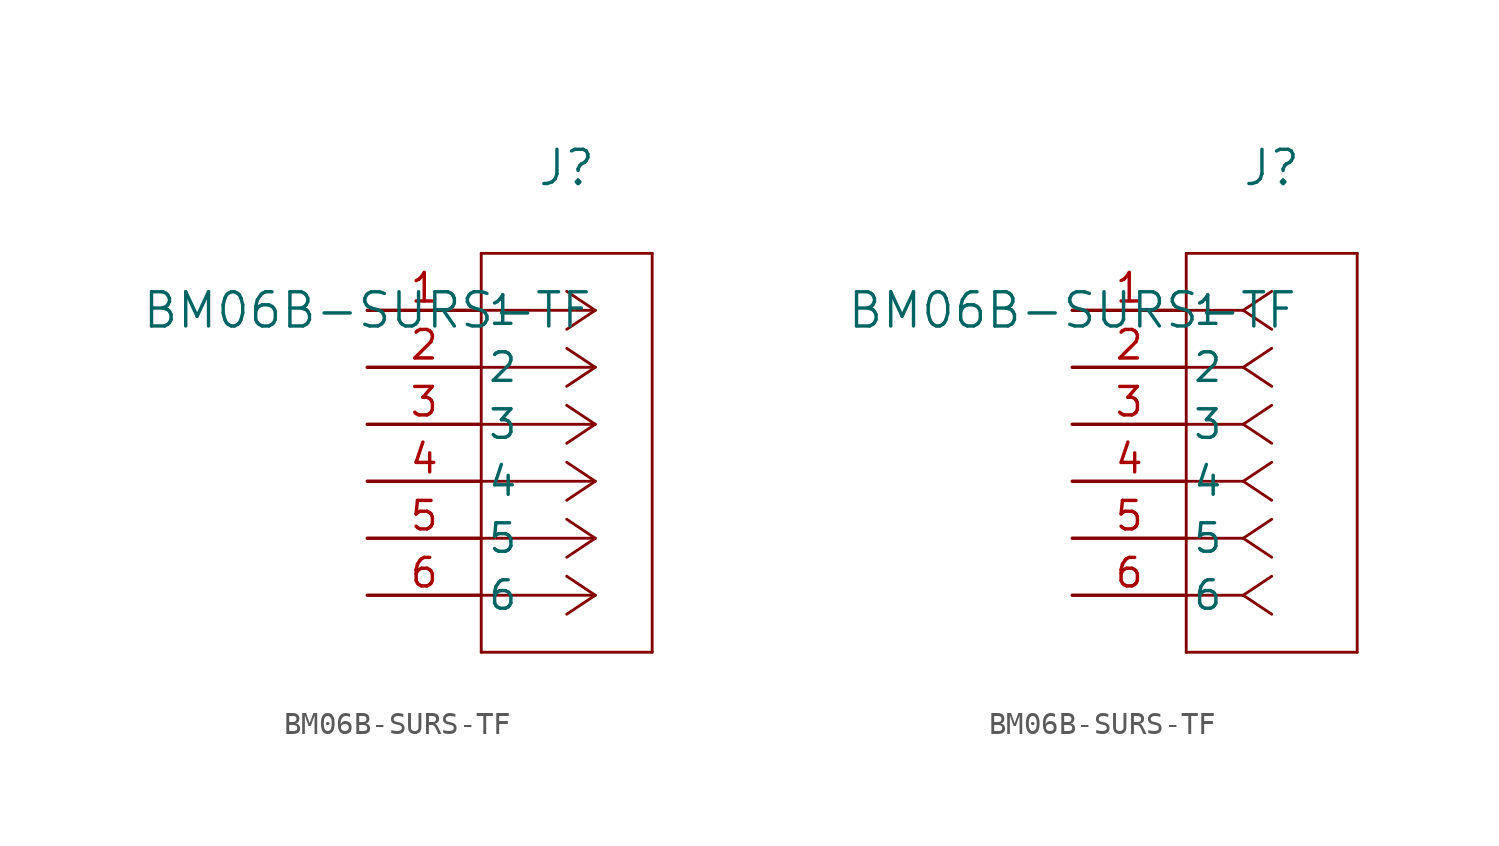
<source format=kicad_sym>
(kicad_symbol_lib
  (version 20211014)
  (generator kicad_symbol_editor)
  (symbol "BM06B-SURS-TF"
    (pin_names
      (offset 0.254))
    (property "Reference" "J"
      (at 8.89 6.35 0)
      (effects (font (size 1.524 1.524))))
    (property "Value" "BM06B-SURS-TF"
      (at 0 0 0)
      (effects (font (size 1.524 1.524))))
    (symbol "BM06B-SURS-TF_1_1"
      (polyline (pts (xy 10.16 0) (xy 5.08 0)) (stroke (width 0.127) (type default) (color 0 0 0 0)) (fill (type none)))
      (polyline (pts (xy 10.16 -2.54) (xy 5.08 -2.54)) (stroke (width 0.127) (type default) (color 0 0 0 0)) (fill (type none)))
      (polyline (pts (xy 10.16 -5.08) (xy 5.08 -5.08)) (stroke (width 0.127) (type default) (color 0 0 0 0)) (fill (type none)))
      (polyline (pts (xy 10.16 -7.62) (xy 5.08 -7.62)) (stroke (width 0.127) (type default) (color 0 0 0 0)) (fill (type none)))
      (polyline (pts (xy 10.16 -10.16) (xy 5.08 -10.16)) (stroke (width 0.127) (type default) (color 0 0 0 0)) (fill (type none)))
      (polyline (pts (xy 10.16 -12.7) (xy 5.08 -12.7)) (stroke (width 0.127) (type default) (color 0 0 0 0)) (fill (type none)))
      (polyline (pts (xy 10.16 0) (xy 8.89 0.847)) (stroke (width 0.127) (type default) (color 0 0 0 0)) (fill (type none)))
      (polyline (pts (xy 10.16 -2.54) (xy 8.89 -1.693)) (stroke (width 0.127) (type default) (color 0 0 0 0)) (fill (type none)))
      (polyline (pts (xy 10.16 -5.08) (xy 8.89 -4.233)) (stroke (width 0.127) (type default) (color 0 0 0 0)) (fill (type none)))
      (polyline (pts (xy 10.16 -7.62) (xy 8.89 -6.773)) (stroke (width 0.127) (type default) (color 0 0 0 0)) (fill (type none)))
      (polyline (pts (xy 10.16 -10.16) (xy 8.89 -9.313)) (stroke (width 0.127) (type default) (color 0 0 0 0)) (fill (type none)))
      (polyline (pts (xy 10.16 -12.7) (xy 8.89 -11.853)) (stroke (width 0.127) (type default) (color 0 0 0 0)) (fill (type none)))
      (polyline (pts (xy 10.16 0) (xy 8.89 -0.847)) (stroke (width 0.127) (type default) (color 0 0 0 0)) (fill (type none)))
      (polyline (pts (xy 10.16 -2.54) (xy 8.89 -3.387)) (stroke (width 0.127) (type default) (color 0 0 0 0)) (fill (type none)))
      (polyline (pts (xy 10.16 -5.08) (xy 8.89 -5.927)) (stroke (width 0.127) (type default) (color 0 0 0 0)) (fill (type none)))
      (polyline (pts (xy 10.16 -7.62) (xy 8.89 -8.467)) (stroke (width 0.127) (type default) (color 0 0 0 0)) (fill (type none)))
      (polyline (pts (xy 10.16 -10.16) (xy 8.89 -11.007)) (stroke (width 0.127) (type default) (color 0 0 0 0)) (fill (type none)))
      (polyline (pts (xy 10.16 -12.7) (xy 8.89 -13.547)) (stroke (width 0.127) (type default) (color 0 0 0 0)) (fill (type none)))
      (polyline (pts (xy 5.08 2.54) (xy 5.08 -15.24)) (stroke (width 0.127) (type default) (color 0 0 0 0)) (fill (type none)))
      (polyline (pts (xy 5.08 -15.24) (xy 12.7 -15.24)) (stroke (width 0.127) (type default) (color 0 0 0 0)) (fill (type none)))
      (polyline (pts (xy 12.7 -15.24) (xy 12.7 2.54)) (stroke (width 0.127) (type default) (color 0 0 0 0)) (fill (type none)))
      (polyline (pts (xy 12.7 2.54) (xy 5.08 2.54)) (stroke (width 0.127) (type default) (color 0 0 0 0)) (fill (type none)))
      (pin unspecified line (at 0 0 0) (length 5.08) (name "1" (effects (font (size 1.27 1.27)))) (number "1" (effects (font (size 1.27 1.27)))))
      (pin unspecified line (at 0 -2.54 0) (length 5.08) (name "2" (effects (font (size 1.27 1.27)))) (number "2" (effects (font (size 1.27 1.27)))))
      (pin unspecified line (at 0 -5.08 0) (length 5.08) (name "3" (effects (font (size 1.27 1.27)))) (number "3" (effects (font (size 1.27 1.27)))))
      (pin unspecified line (at 0 -7.62 0) (length 5.08) (name "4" (effects (font (size 1.27 1.27)))) (number "4" (effects (font (size 1.27 1.27)))))
      (pin unspecified line (at 0 -10.16 0) (length 5.08) (name "5" (effects (font (size 1.27 1.27)))) (number "5" (effects (font (size 1.27 1.27)))))
      (pin unspecified line (at 0 -12.7 0) (length 5.08) (name "6" (effects (font (size 1.27 1.27)))) (number "6" (effects (font (size 1.27 1.27))))))
    (symbol "BM06B-SURS-TF_1_2"
      (polyline (pts (xy 7.62 0) (xy 5.08 0)) (stroke (width 0.127) (type default) (color 0 0 0 0)) (fill (type none)))
      (polyline (pts (xy 7.62 -2.54) (xy 5.08 -2.54)) (stroke (width 0.127) (type default) (color 0 0 0 0)) (fill (type none)))
      (polyline (pts (xy 7.62 -5.08) (xy 5.08 -5.08)) (stroke (width 0.127) (type default) (color 0 0 0 0)) (fill (type none)))
      (polyline (pts (xy 7.62 -7.62) (xy 5.08 -7.62)) (stroke (width 0.127) (type default) (color 0 0 0 0)) (fill (type none)))
      (polyline (pts (xy 7.62 -10.16) (xy 5.08 -10.16)) (stroke (width 0.127) (type default) (color 0 0 0 0)) (fill (type none)))
      (polyline (pts (xy 7.62 -12.7) (xy 5.08 -12.7)) (stroke (width 0.127) (type default) (color 0 0 0 0)) (fill (type none)))
      (polyline (pts (xy 7.62 0) (xy 8.89 0.847)) (stroke (width 0.127) (type default) (color 0 0 0 0)) (fill (type none)))
      (polyline (pts (xy 7.62 -2.54) (xy 8.89 -1.693)) (stroke (width 0.127) (type default) (color 0 0 0 0)) (fill (type none)))
      (polyline (pts (xy 7.62 -5.08) (xy 8.89 -4.233)) (stroke (width 0.127) (type default) (color 0 0 0 0)) (fill (type none)))
      (polyline (pts (xy 7.62 -7.62) (xy 8.89 -6.773)) (stroke (width 0.127) (type default) (color 0 0 0 0)) (fill (type none)))
      (polyline (pts (xy 7.62 -10.16) (xy 8.89 -9.313)) (stroke (width 0.127) (type default) (color 0 0 0 0)) (fill (type none)))
      (polyline (pts (xy 7.62 -12.7) (xy 8.89 -11.853)) (stroke (width 0.127) (type default) (color 0 0 0 0)) (fill (type none)))
      (polyline (pts (xy 7.62 0) (xy 8.89 -0.847)) (stroke (width 0.127) (type default) (color 0 0 0 0)) (fill (type none)))
      (polyline (pts (xy 7.62 -2.54) (xy 8.89 -3.387)) (stroke (width 0.127) (type default) (color 0 0 0 0)) (fill (type none)))
      (polyline (pts (xy 7.62 -5.08) (xy 8.89 -5.927)) (stroke (width 0.127) (type default) (color 0 0 0 0)) (fill (type none)))
      (polyline (pts (xy 7.62 -7.62) (xy 8.89 -8.467)) (stroke (width 0.127) (type default) (color 0 0 0 0)) (fill (type none)))
      (polyline (pts (xy 7.62 -10.16) (xy 8.89 -11.007)) (stroke (width 0.127) (type default) (color 0 0 0 0)) (fill (type none)))
      (polyline (pts (xy 7.62 -12.7) (xy 8.89 -13.547)) (stroke (width 0.127) (type default) (color 0 0 0 0)) (fill (type none)))
      (polyline (pts (xy 5.08 2.54) (xy 5.08 -15.24)) (stroke (width 0.127) (type default) (color 0 0 0 0)) (fill (type none)))
      (polyline (pts (xy 5.08 -15.24) (xy 12.7 -15.24)) (stroke (width 0.127) (type default) (color 0 0 0 0)) (fill (type none)))
      (polyline (pts (xy 12.7 -15.24) (xy 12.7 2.54)) (stroke (width 0.127) (type default) (color 0 0 0 0)) (fill (type none)))
      (polyline (pts (xy 12.7 2.54) (xy 5.08 2.54)) (stroke (width 0.127) (type default) (color 0 0 0 0)) (fill (type none)))
      (pin unspecified line (at 0 0 0) (length 5.08) (name "1" (effects (font (size 1.27 1.27)))) (number "1" (effects (font (size 1.27 1.27)))))
      (pin unspecified line (at 0 -2.54 0) (length 5.08) (name "2" (effects (font (size 1.27 1.27)))) (number "2" (effects (font (size 1.27 1.27)))))
      (pin unspecified line (at 0 -5.08 0) (length 5.08) (name "3" (effects (font (size 1.27 1.27)))) (number "3" (effects (font (size 1.27 1.27)))))
      (pin unspecified line (at 0 -7.62 0) (length 5.08) (name "4" (effects (font (size 1.27 1.27)))) (number "4" (effects (font (size 1.27 1.27)))))
      (pin unspecified line (at 0 -10.16 0) (length 5.08) (name "5" (effects (font (size 1.27 1.27)))) (number "5" (effects (font (size 1.27 1.27)))))
      (pin unspecified line (at 0 -12.7 0) (length 5.08) (name "6" (effects (font (size 1.27 1.27)))) (number "6" (effects (font (size 1.27 1.27))))))))
</source>
